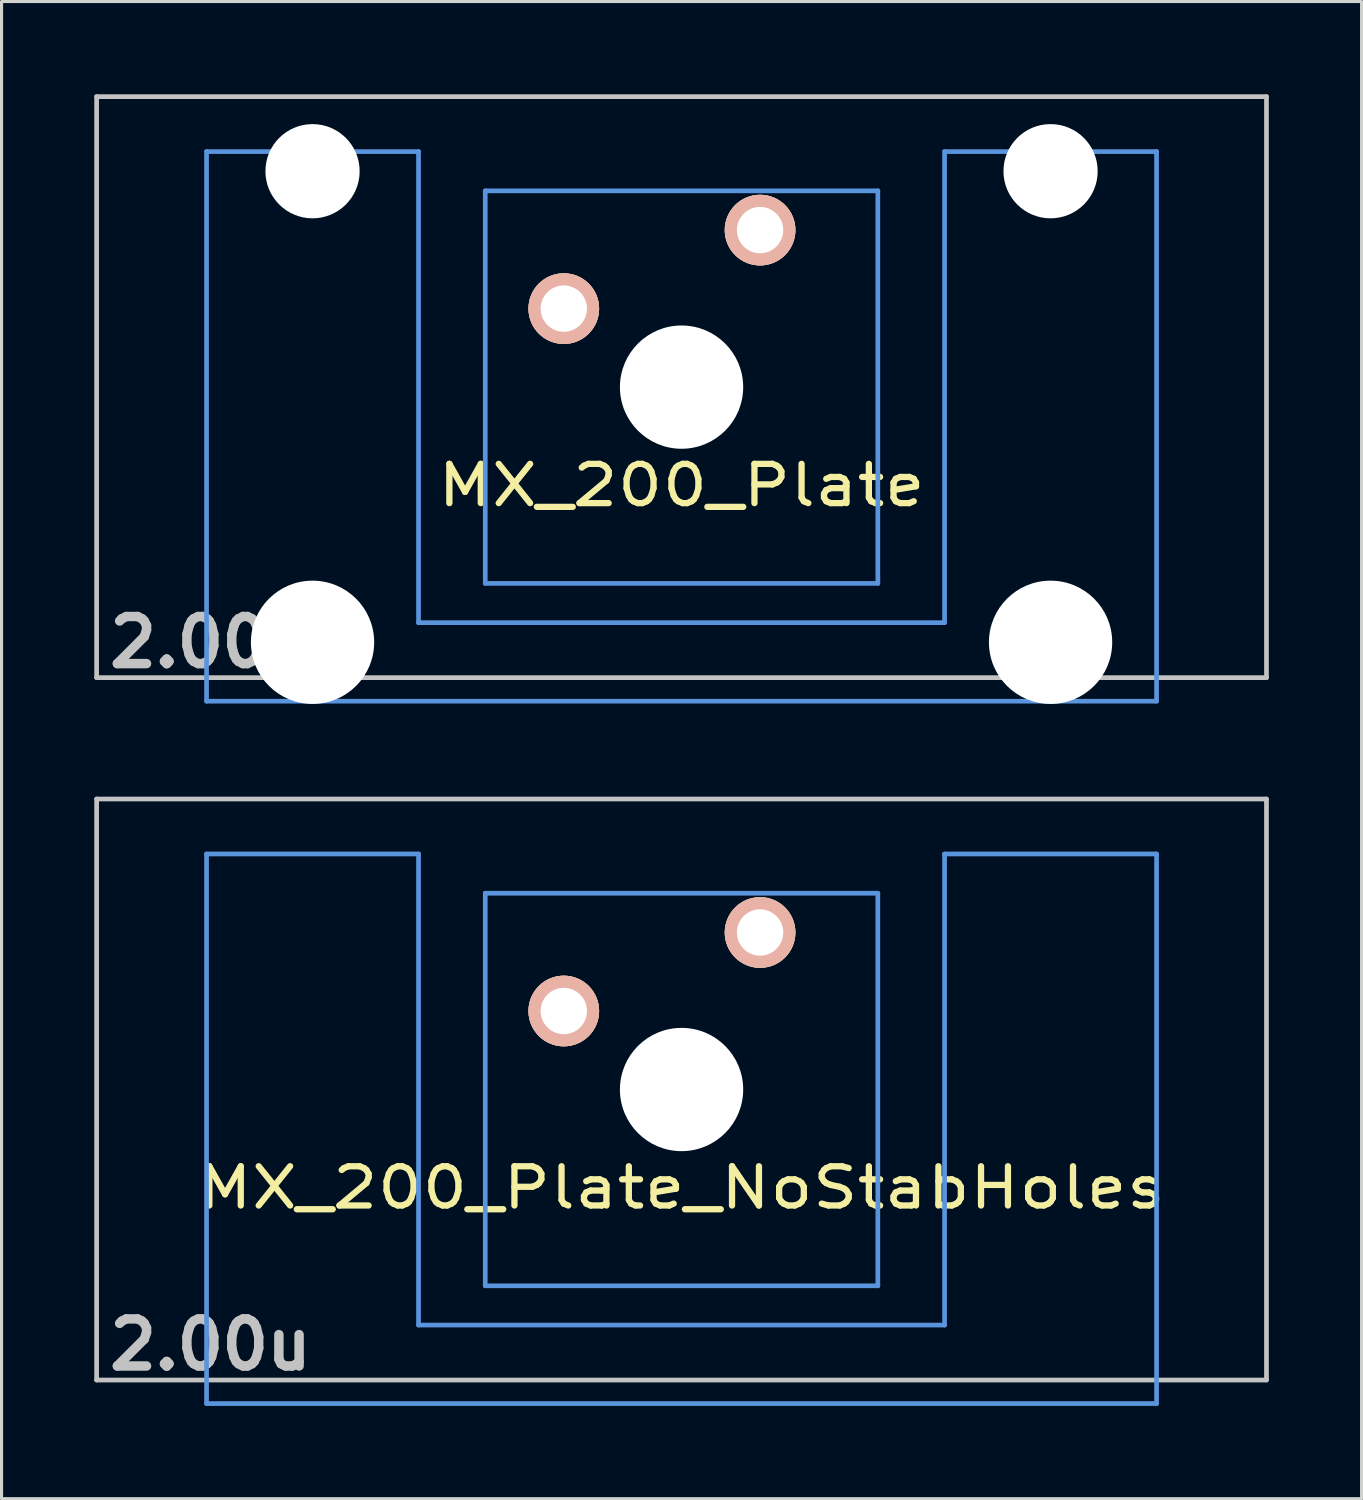
<source format=kicad_pcb>
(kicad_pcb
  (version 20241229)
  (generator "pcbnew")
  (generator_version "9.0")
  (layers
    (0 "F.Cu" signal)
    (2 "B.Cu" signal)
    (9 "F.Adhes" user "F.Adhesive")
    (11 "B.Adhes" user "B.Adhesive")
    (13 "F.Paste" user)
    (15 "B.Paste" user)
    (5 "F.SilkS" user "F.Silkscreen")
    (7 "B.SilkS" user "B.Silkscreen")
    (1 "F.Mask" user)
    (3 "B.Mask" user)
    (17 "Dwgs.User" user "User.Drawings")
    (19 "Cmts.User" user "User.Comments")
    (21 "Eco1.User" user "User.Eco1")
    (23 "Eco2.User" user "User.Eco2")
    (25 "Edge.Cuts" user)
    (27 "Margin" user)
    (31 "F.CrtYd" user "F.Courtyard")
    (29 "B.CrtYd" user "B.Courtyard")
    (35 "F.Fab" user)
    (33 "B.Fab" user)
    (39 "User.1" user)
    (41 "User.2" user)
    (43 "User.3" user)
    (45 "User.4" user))
  (footprint "MX_200_Plate_NoStabHoles"
    (layer "F.Cu")
    (at 18.999 32.197)
    (property "Reference" "MX_200_Plate_NoStabHoles" (at 0 3.175 0) (layer "F.SilkS") (effects (font (size 1.27 1.524) (thickness 0.203))))
    (attr through_hole)
    (fp_line (start -18.923 -9.398) (end 18.923 -9.398) (stroke (width 0.152) (type solid)) (layer "Dwgs.User"))
    (fp_line (start -18.923 9.398) (end -18.923 -9.398) (stroke (width 0.152) (type solid)) (layer "Dwgs.User"))
    (fp_line (start 18.923 -9.398) (end 18.923 9.398) (stroke (width 0.152) (type solid)) (layer "Dwgs.User"))
    (fp_line (start 18.923 9.398) (end -18.923 9.398) (stroke (width 0.152) (type solid)) (layer "Dwgs.User"))
    (fp_line (start -15.367 -7.62) (end -15.367 10.16) (stroke (width 0.152) (type solid)) (layer "Cmts.User"))
    (fp_line (start -15.367 10.16) (end 15.367 10.16) (stroke (width 0.152) (type solid)) (layer "Cmts.User"))
    (fp_line (start -8.509 -7.62) (end -15.367 -7.62) (stroke (width 0.152) (type solid)) (layer "Cmts.User"))
    (fp_line (start -8.509 7.62) (end -8.509 -7.62) (stroke (width 0.152) (type solid)) (layer "Cmts.User"))
    (fp_line (start -6.35 -6.35) (end 6.35 -6.35) (stroke (width 0.152) (type solid)) (layer "Cmts.User"))
    (fp_line (start -6.35 6.35) (end -6.35 -6.35) (stroke (width 0.152) (type solid)) (layer "Cmts.User"))
    (fp_line (start 6.35 -6.35) (end 6.35 6.35) (stroke (width 0.152) (type solid)) (layer "Cmts.User"))
    (fp_line (start 6.35 6.35) (end -6.35 6.35) (stroke (width 0.152) (type solid)) (layer "Cmts.User"))
    (fp_line (start 8.509 -7.62) (end 8.509 7.62) (stroke (width 0.152) (type solid)) (layer "Cmts.User"))
    (fp_line (start 8.509 7.62) (end -8.509 7.62) (stroke (width 0.152) (type solid)) (layer "Cmts.User"))
    (fp_line (start 15.367 -7.62) (end 8.509 -7.62) (stroke (width 0.152) (type solid)) (layer "Cmts.User"))
    (fp_line (start 15.367 10.16) (end 15.367 -7.62) (stroke (width 0.152) (type solid)) (layer "Cmts.User"))
    (fp_line (start -16.129 -2.286) (end -15.265 -2.286) (stroke (width 0.152) (type solid)) (layer "Eco2.User"))
    (fp_line (start -16.129 0.508) (end -16.129 -2.286) (stroke (width 0.152) (type solid)) (layer "Eco2.User"))
    (fp_line (start -15.265 -5.69) (end -8.611 -5.69) (stroke (width 0.152) (type solid)) (layer "Eco2.User"))
    (fp_line (start -15.265 -2.286) (end -15.265 -5.69) (stroke (width 0.152) (type solid)) (layer "Eco2.User"))
    (fp_line (start -15.265 0.508) (end -16.129 0.508) (stroke (width 0.152) (type solid)) (layer "Eco2.User"))
    (fp_line (start -15.265 6.604) (end -15.265 0.508) (stroke (width 0.152) (type solid)) (layer "Eco2.User"))
    (fp_line (start -14.224 6.604) (end -15.265 6.604) (stroke (width 0.152) (type solid)) (layer "Eco2.User"))
    (fp_line (start -14.224 7.772) (end -14.224 6.604) (stroke (width 0.152) (type solid)) (layer "Eco2.User"))
    (fp_line (start -9.652 6.604) (end -9.652 7.772) (stroke (width 0.152) (type solid)) (layer "Eco2.User"))
    (fp_line (start -9.652 7.772) (end -14.224 7.772) (stroke (width 0.152) (type solid)) (layer "Eco2.User"))
    (fp_line (start -8.611 -5.69) (end -8.611 -4.877) (stroke (width 0.152) (type solid)) (layer "Eco2.User"))
    (fp_line (start -8.611 -4.877) (end -6.985 -4.877) (stroke (width 0.152) (type solid)) (layer "Eco2.User"))
    (fp_line (start -8.611 5.817) (end -8.611 6.604) (stroke (width 0.152) (type solid)) (layer "Eco2.User"))
    (fp_line (start -8.611 6.604) (end -9.652 6.604) (stroke (width 0.152) (type solid)) (layer "Eco2.User"))
    (fp_line (start -6.985 -6.985) (end 6.985 -6.985) (stroke (width 0.152) (type solid)) (layer "Eco2.User"))
    (fp_line (start -6.985 -4.877) (end -6.985 -6.985) (stroke (width 0.152) (type solid)) (layer "Eco2.User"))
    (fp_line (start -6.985 5.817) (end -8.611 5.817) (stroke (width 0.152) (type solid)) (layer "Eco2.User"))
    (fp_line (start -6.985 6.985) (end -6.985 5.817) (stroke (width 0.152) (type solid)) (layer "Eco2.User"))
    (fp_line (start 6.985 -6.985) (end 6.985 -4.877) (stroke (width 0.152) (type solid)) (layer "Eco2.User"))
    (fp_line (start 6.985 -4.877) (end 8.611 -4.877) (stroke (width 0.152) (type solid)) (layer "Eco2.User"))
    (fp_line (start 6.985 5.817) (end 6.985 6.985) (stroke (width 0.152) (type solid)) (layer "Eco2.User"))
    (fp_line (start 6.985 6.985) (end -6.985 6.985) (stroke (width 0.152) (type solid)) (layer "Eco2.User"))
    (fp_line (start 8.611 -5.69) (end 15.265 -5.69) (stroke (width 0.152) (type solid)) (layer "Eco2.User"))
    (fp_line (start 8.611 -4.877) (end 8.611 -5.69) (stroke (width 0.152) (type solid)) (layer "Eco2.User"))
    (fp_line (start 8.611 5.817) (end 6.985 5.817) (stroke (width 0.152) (type solid)) (layer "Eco2.User"))
    (fp_line (start 8.611 6.604) (end 8.611 5.817) (stroke (width 0.152) (type solid)) (layer "Eco2.User"))
    (fp_line (start 9.652 6.604) (end 8.611 6.604) (stroke (width 0.152) (type solid)) (layer "Eco2.User"))
    (fp_line (start 9.652 7.772) (end 9.652 6.604) (stroke (width 0.152) (type solid)) (layer "Eco2.User"))
    (fp_line (start 14.224 6.604) (end 14.224 7.772) (stroke (width 0.152) (type solid)) (layer "Eco2.User"))
    (fp_line (start 14.224 7.772) (end 9.652 7.772) (stroke (width 0.152) (type solid)) (layer "Eco2.User"))
    (fp_line (start 15.265 -5.69) (end 15.265 -2.286) (stroke (width 0.152) (type solid)) (layer "Eco2.User"))
    (fp_line (start 15.265 -2.286) (end 16.129 -2.286) (stroke (width 0.152) (type solid)) (layer "Eco2.User"))
    (fp_line (start 15.265 0.508) (end 15.265 6.604) (stroke (width 0.152) (type solid)) (layer "Eco2.User"))
    (fp_line (start 15.265 6.604) (end 14.224 6.604) (stroke (width 0.152) (type solid)) (layer "Eco2.User"))
    (fp_line (start 16.129 -2.286) (end 16.129 0.508) (stroke (width 0.152) (type solid)) (layer "Eco2.User"))
    (fp_line (start 16.129 0.508) (end 15.265 0.508) (stroke (width 0.152) (type solid)) (layer "Eco2.User"))
    (fp_text user "2.00u" (at -15.24 8.255 0) (layer "Dwgs.User") (effects (font (size 1.524 1.524) (thickness 0.305))))
    (pad "" np_thru_hole circle (at 0 0) (size 3.988 3.988) (drill 3.988) (layers "*.Cu"))
    (pad "1" thru_hole circle (at 2.54 -5.08) (size 2.286 2.286) (drill 1.499) (layers "*.Cu" "*.SilkS" "*.Mask"))
    (pad "2" thru_hole circle (at -3.81 -2.54) (size 2.286 2.286) (drill 1.499) (layers "*.Cu" "*.SilkS" "*.Mask")))
  (footprint "MX_200_Plate"
    (layer "F.Cu")
    (at 18.999 9.474)
    (property "Reference" "MX_200_Plate" (at 0 3.175 0) (layer "F.SilkS") (effects (font (size 1.27 1.524) (thickness 0.203))))
    (attr through_hole)
    (fp_line (start -18.923 -9.398) (end 18.923 -9.398) (stroke (width 0.152) (type solid)) (layer "Dwgs.User"))
    (fp_line (start -18.923 9.398) (end -18.923 -9.398) (stroke (width 0.152) (type solid)) (layer "Dwgs.User"))
    (fp_line (start 18.923 -9.398) (end 18.923 9.398) (stroke (width 0.152) (type solid)) (layer "Dwgs.User"))
    (fp_line (start 18.923 9.398) (end -18.923 9.398) (stroke (width 0.152) (type solid)) (layer "Dwgs.User"))
    (fp_line (start -15.367 -7.62) (end -15.367 10.16) (stroke (width 0.152) (type solid)) (layer "Cmts.User"))
    (fp_line (start -15.367 10.16) (end 15.367 10.16) (stroke (width 0.152) (type solid)) (layer "Cmts.User"))
    (fp_line (start -8.509 -7.62) (end -15.367 -7.62) (stroke (width 0.152) (type solid)) (layer "Cmts.User"))
    (fp_line (start -8.509 7.62) (end -8.509 -7.62) (stroke (width 0.152) (type solid)) (layer "Cmts.User"))
    (fp_line (start -6.35 -6.35) (end 6.35 -6.35) (stroke (width 0.152) (type solid)) (layer "Cmts.User"))
    (fp_line (start -6.35 6.35) (end -6.35 -6.35) (stroke (width 0.152) (type solid)) (layer "Cmts.User"))
    (fp_line (start 6.35 -6.35) (end 6.35 6.35) (stroke (width 0.152) (type solid)) (layer "Cmts.User"))
    (fp_line (start 6.35 6.35) (end -6.35 6.35) (stroke (width 0.152) (type solid)) (layer "Cmts.User"))
    (fp_line (start 8.509 -7.62) (end 8.509 7.62) (stroke (width 0.152) (type solid)) (layer "Cmts.User"))
    (fp_line (start 8.509 7.62) (end -8.509 7.62) (stroke (width 0.152) (type solid)) (layer "Cmts.User"))
    (fp_line (start 15.367 -7.62) (end 8.509 -7.62) (stroke (width 0.152) (type solid)) (layer "Cmts.User"))
    (fp_line (start 15.367 10.16) (end 15.367 -7.62) (stroke (width 0.152) (type solid)) (layer "Cmts.User"))
    (fp_line (start -16.129 -2.286) (end -15.265 -2.286) (stroke (width 0.152) (type solid)) (layer "Eco2.User"))
    (fp_line (start -16.129 0.508) (end -16.129 -2.286) (stroke (width 0.152) (type solid)) (layer "Eco2.User"))
    (fp_line (start -15.265 -5.69) (end -8.611 -5.69) (stroke (width 0.152) (type solid)) (layer "Eco2.User"))
    (fp_line (start -15.265 -2.286) (end -15.265 -5.69) (stroke (width 0.152) (type solid)) (layer "Eco2.User"))
    (fp_line (start -15.265 0.508) (end -16.129 0.508) (stroke (width 0.152) (type solid)) (layer "Eco2.User"))
    (fp_line (start -15.265 6.604) (end -15.265 0.508) (stroke (width 0.152) (type solid)) (layer "Eco2.User"))
    (fp_line (start -14.224 6.604) (end -15.265 6.604) (stroke (width 0.152) (type solid)) (layer "Eco2.User"))
    (fp_line (start -14.224 7.772) (end -14.224 6.604) (stroke (width 0.152) (type solid)) (layer "Eco2.User"))
    (fp_line (start -9.652 6.604) (end -9.652 7.772) (stroke (width 0.152) (type solid)) (layer "Eco2.User"))
    (fp_line (start -9.652 7.772) (end -14.224 7.772) (stroke (width 0.152) (type solid)) (layer "Eco2.User"))
    (fp_line (start -8.611 -5.69) (end -8.611 -4.877) (stroke (width 0.152) (type solid)) (layer "Eco2.User"))
    (fp_line (start -8.611 -4.877) (end -6.985 -4.877) (stroke (width 0.152) (type solid)) (layer "Eco2.User"))
    (fp_line (start -8.611 5.817) (end -8.611 6.604) (stroke (width 0.152) (type solid)) (layer "Eco2.User"))
    (fp_line (start -8.611 6.604) (end -9.652 6.604) (stroke (width 0.152) (type solid)) (layer "Eco2.User"))
    (fp_line (start -6.985 -6.985) (end 6.985 -6.985) (stroke (width 0.152) (type solid)) (layer "Eco2.User"))
    (fp_line (start -6.985 -4.877) (end -6.985 -6.985) (stroke (width 0.152) (type solid)) (layer "Eco2.User"))
    (fp_line (start -6.985 5.817) (end -8.611 5.817) (stroke (width 0.152) (type solid)) (layer "Eco2.User"))
    (fp_line (start -6.985 6.985) (end -6.985 5.817) (stroke (width 0.152) (type solid)) (layer "Eco2.User"))
    (fp_line (start 6.985 -6.985) (end 6.985 -4.877) (stroke (width 0.152) (type solid)) (layer "Eco2.User"))
    (fp_line (start 6.985 -4.877) (end 8.611 -4.877) (stroke (width 0.152) (type solid)) (layer "Eco2.User"))
    (fp_line (start 6.985 5.817) (end 6.985 6.985) (stroke (width 0.152) (type solid)) (layer "Eco2.User"))
    (fp_line (start 6.985 6.985) (end -6.985 6.985) (stroke (width 0.152) (type solid)) (layer "Eco2.User"))
    (fp_line (start 8.611 -5.69) (end 15.265 -5.69) (stroke (width 0.152) (type solid)) (layer "Eco2.User"))
    (fp_line (start 8.611 -4.877) (end 8.611 -5.69) (stroke (width 0.152) (type solid)) (layer "Eco2.User"))
    (fp_line (start 8.611 5.817) (end 6.985 5.817) (stroke (width 0.152) (type solid)) (layer "Eco2.User"))
    (fp_line (start 8.611 6.604) (end 8.611 5.817) (stroke (width 0.152) (type solid)) (layer "Eco2.User"))
    (fp_line (start 9.652 6.604) (end 8.611 6.604) (stroke (width 0.152) (type solid)) (layer "Eco2.User"))
    (fp_line (start 9.652 7.772) (end 9.652 6.604) (stroke (width 0.152) (type solid)) (layer "Eco2.User"))
    (fp_line (start 14.224 6.604) (end 14.224 7.772) (stroke (width 0.152) (type solid)) (layer "Eco2.User"))
    (fp_line (start 14.224 7.772) (end 9.652 7.772) (stroke (width 0.152) (type solid)) (layer "Eco2.User"))
    (fp_line (start 15.265 -5.69) (end 15.265 -2.286) (stroke (width 0.152) (type solid)) (layer "Eco2.User"))
    (fp_line (start 15.265 -2.286) (end 16.129 -2.286) (stroke (width 0.152) (type solid)) (layer "Eco2.User"))
    (fp_line (start 15.265 0.508) (end 15.265 6.604) (stroke (width 0.152) (type solid)) (layer "Eco2.User"))
    (fp_line (start 15.265 6.604) (end 14.224 6.604) (stroke (width 0.152) (type solid)) (layer "Eco2.User"))
    (fp_line (start 16.129 -2.286) (end 16.129 0.508) (stroke (width 0.152) (type solid)) (layer "Eco2.User"))
    (fp_line (start 16.129 0.508) (end 15.265 0.508) (stroke (width 0.152) (type solid)) (layer "Eco2.User"))
    (fp_text user "2.00u" (at -15.24 8.255 0) (layer "Dwgs.User") (effects (font (size 1.524 1.524) (thickness 0.305))))
    (pad "" np_thru_hole circle (at -11.938 -6.985) (size 3.048 3.048) (drill 3.048) (layers "*.Cu"))
    (pad "" np_thru_hole circle (at -11.938 8.255) (size 3.988 3.988) (drill 3.988) (layers "*.Cu"))
    (pad "" np_thru_hole circle (at 0 0) (size 3.988 3.988) (drill 3.988) (layers "*.Cu"))
    (pad "" np_thru_hole circle (at 11.938 -6.985) (size 3.048 3.048) (drill 3.048) (layers "*.Cu"))
    (pad "" np_thru_hole circle (at 11.938 8.255) (size 3.988 3.988) (drill 3.988) (layers "*.Cu"))
    (pad "1" thru_hole circle (at 2.54 -5.08) (size 2.286 2.286) (drill 1.499) (layers "*.Cu" "*.SilkS" "*.Mask"))
    (pad "2" thru_hole circle (at -3.81 -2.54) (size 2.286 2.286) (drill 1.499) (layers "*.Cu" "*.SilkS" "*.Mask")))
  (gr_rect
    (start -3 -3)
    (end 40.998 45.434)
    (stroke (width 0.1) (type default))
    (fill no)
    (layer "Edge.Cuts")))
</source>
